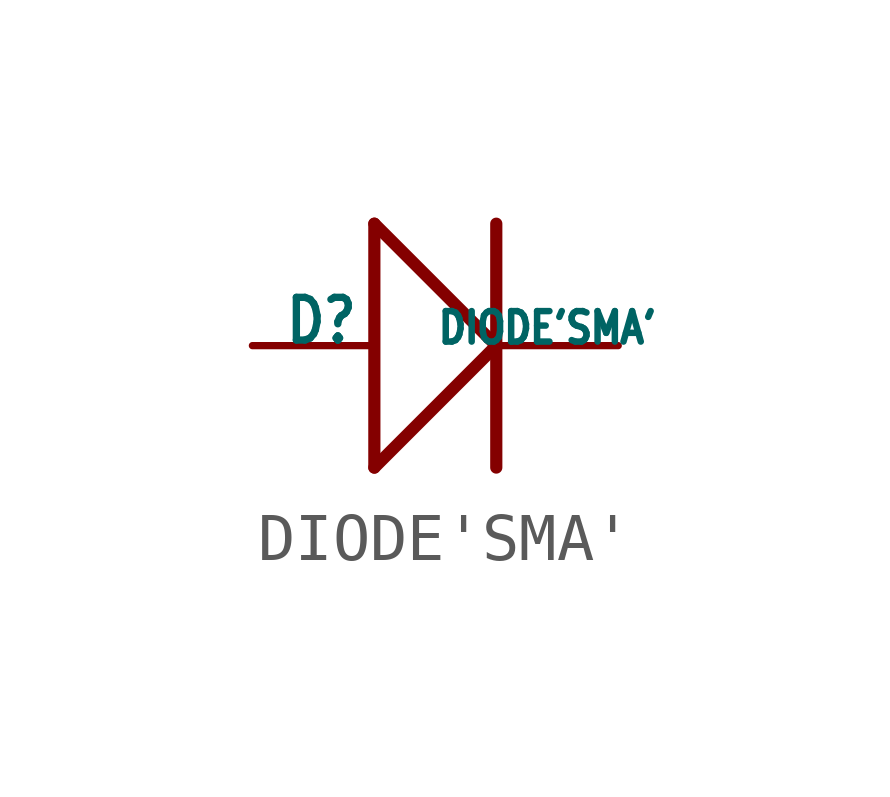
<source format=kicad_sym>
(kicad_symbol_lib
  (version 20211014)
  (generator kicad_symbol_editor)
  (symbol "DIODE'SMA'"
    (property "Reference" "D"
      (at -3.175 0 0)
      (effects (font (size 0.889 0.756)) (justify left bottom)))
    (property "Value" "DIODE'SMA'"
      (at 0 0 0)
      (effects (font (size 0.635 0.54)) (justify left bottom)))
    (property "ki_locked" ""
      (at 0 0 0)
      (effects (font (size 1.27 1.27))))
    (symbol "DIODE'SMA'_1_0"
      (polyline (pts (xy -1.27 -2.54) (xy -1.27 2.54)) (stroke (width 0.254) (type default) (color 0 0 0 0)) (fill (type none)))
      (polyline (pts (xy -1.27 -2.54) (xy 1.27 0)) (stroke (width 0.254) (type default) (color 0 0 0 0)) (fill (type none)))
      (polyline (pts (xy -1.27 2.54) (xy 1.27 0)) (stroke (width 0.254) (type default) (color 0 0 0 0)) (fill (type none)))
      (polyline (pts (xy 1.27 2.54) (xy 1.27 -2.54)) (stroke (width 0.254) (type default) (color 0 0 0 0)) (fill (type none)))
      (pin passive line (at -3.81 0 0) (length 2.54) (name "+" (effects (font (size 0 0)))) (number "1" (effects (font (size 0 0)))))
      (pin passive line (at 3.81 0 180) (length 2.54) (name "-" (effects (font (size 0 0)))) (number "2" (effects (font (size 0 0))))))))
</source>
